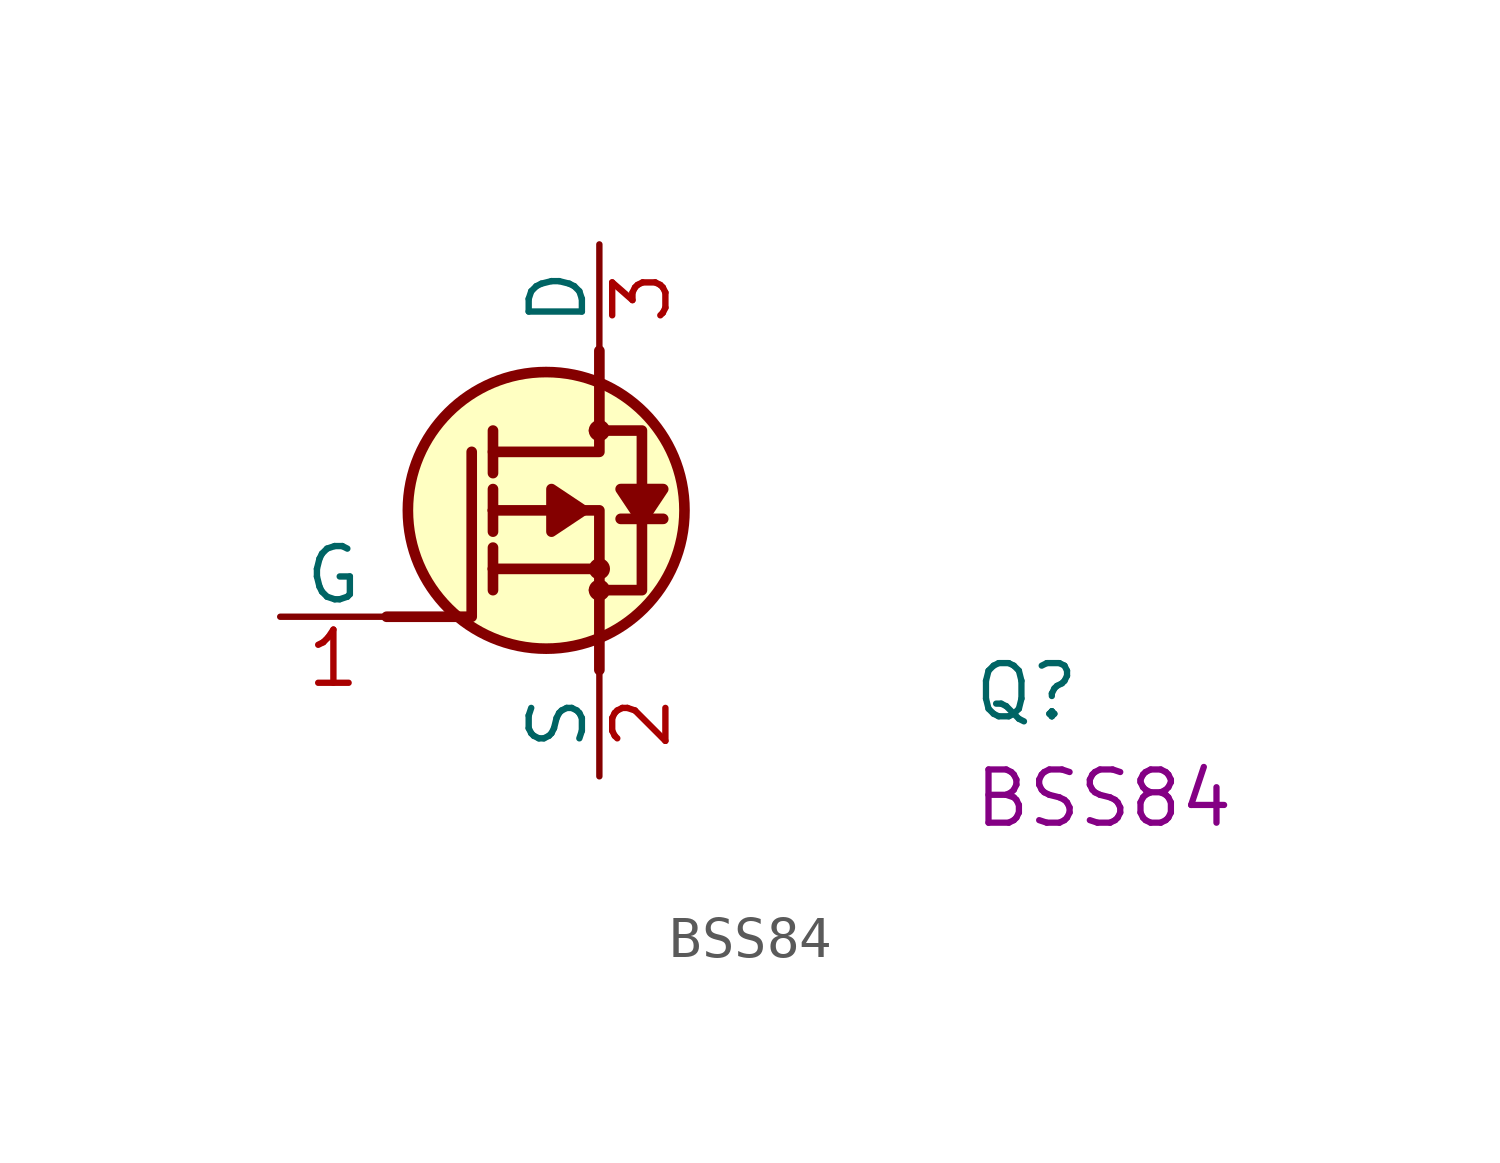
<source format=kicad_sym>
(kicad_symbol_lib
  (version 20220914)
  (generator kicad_symbol_editor)
  (symbol "BSS84"
    (pin_names
      (offset 0))
    (property "Reference" "Q"
      (at 16.51 -2.54 0)
      (effects (font (size 1.27 1.27) (thickness 0.15)) (justify left bottom)))
    (property "MPN" "BSS84"
      (at 16.51 -5.08 0)
      (effects (font (size 1.27 1.27) (thickness 0.15)) (justify left bottom)))
    (symbol "BSS84_1_1"
      (polyline (pts (xy 5.08 1.143) (xy 5.08 0.635)) (stroke (width 0.254) (type default)) (fill (type background)))
      (polyline (pts (xy 5.08 1.143) (xy 5.08 1.651)) (stroke (width 0.254) (type default)) (fill (type background)))
      (polyline (pts (xy 5.08 2.54) (xy 5.08 2.032)) (stroke (width 0.254) (type default)) (fill (type background)))
      (polyline (pts (xy 5.08 2.54) (xy 5.08 3.048)) (stroke (width 0.254) (type default)) (fill (type background)))
      (polyline (pts (xy 5.08 4.445) (xy 5.08 3.429)) (stroke (width 0.254) (type default)) (fill (type background)))
      (polyline (pts (xy 7.62 1.143) (xy 5.08 1.143)) (stroke (width 0.254) (type default)) (fill (type background)))
      (polyline (pts (xy 9.144 2.337) (xy 8.128 2.337)) (stroke (width 0.254) (type default)) (fill (type background)))
      (polyline (pts (xy 2.54 0) (xy 4.572 0) (xy 4.572 3.937)) (stroke (width 0.254) (type default)) (fill (type none)))
      (polyline (pts (xy 7.62 -1.27) (xy 7.62 2.54) (xy 5.08 2.54)) (stroke (width 0.254) (type default)) (fill (type none)))
      (polyline (pts (xy 7.62 6.35) (xy 7.62 3.937) (xy 5.08 3.937)) (stroke (width 0.254) (type default)) (fill (type none)))
      (polyline (pts (xy 7.239 2.54) (xy 6.477 3.048) (xy 6.477 2.032) (xy 7.239 2.54)) (stroke (width 0.254) (type default)) (fill (type outline)))
      (polyline (pts (xy 8.636 2.286) (xy 9.144 3.048) (xy 8.128 3.048) (xy 8.636 2.286)) (stroke (width 0.254) (type default)) (fill (type outline)))
      (polyline (pts (xy 7.493 0.635) (xy 8.636 0.635) (xy 8.636 3.937) (xy 8.636 4.445) (xy 7.493 4.445)) (stroke (width 0.254) (type default)) (fill (type background)))
      (circle (center 6.35 2.54) (radius 3.302) (stroke (width 0.254) (type default)) (fill (type background)))
      (circle (center 7.62 0.635) (radius 0.127) (stroke (width 0.254) (type default)) (fill (type background)))
      (circle (center 7.62 1.143) (radius 0.127) (stroke (width 0.254) (type default)) (fill (type background)))
      (circle (center 7.62 4.445) (radius 0.127) (stroke (width 0.254) (type default)) (fill (type background)))
      (pin bidirectional line (at 0 0 0) (length 2.54) (name "G" (effects (font (size 1.27 1.27)))) (number "1" (effects (font (size 1.27 1.27)))))
      (pin bidirectional line (at 7.62 -3.81 90) (length 2.54) (name "S" (effects (font (size 1.27 1.27)))) (number "2" (effects (font (size 1.27 1.27)))))
      (pin bidirectional line (at 7.62 8.89 270) (length 2.54) (name "D" (effects (font (size 1.27 1.27)))) (number "3" (effects (font (size 1.27 1.27))))))))
</source>
